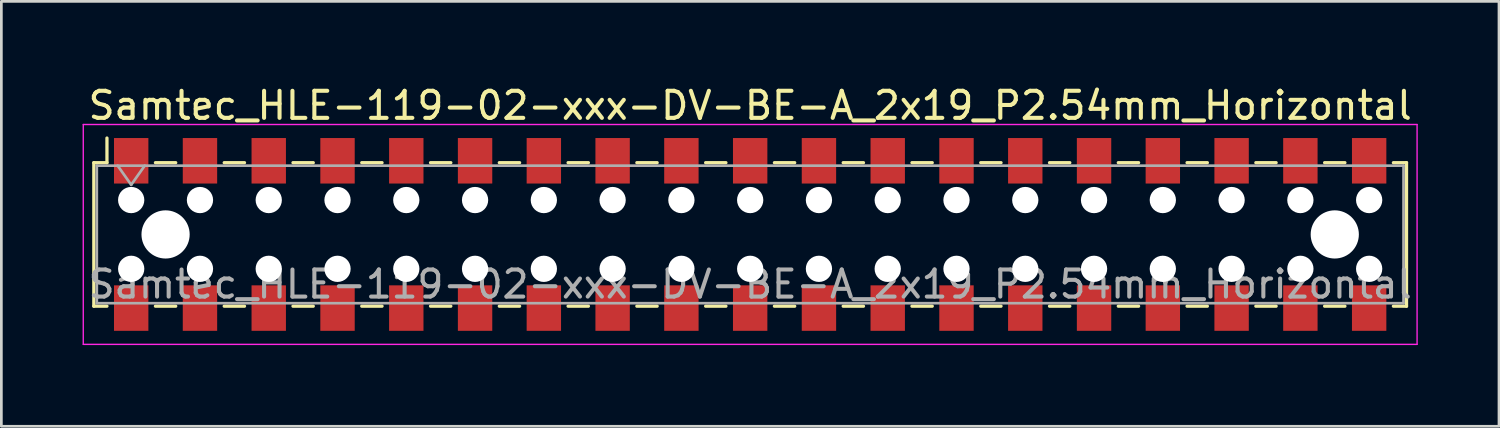
<source format=kicad_pcb>
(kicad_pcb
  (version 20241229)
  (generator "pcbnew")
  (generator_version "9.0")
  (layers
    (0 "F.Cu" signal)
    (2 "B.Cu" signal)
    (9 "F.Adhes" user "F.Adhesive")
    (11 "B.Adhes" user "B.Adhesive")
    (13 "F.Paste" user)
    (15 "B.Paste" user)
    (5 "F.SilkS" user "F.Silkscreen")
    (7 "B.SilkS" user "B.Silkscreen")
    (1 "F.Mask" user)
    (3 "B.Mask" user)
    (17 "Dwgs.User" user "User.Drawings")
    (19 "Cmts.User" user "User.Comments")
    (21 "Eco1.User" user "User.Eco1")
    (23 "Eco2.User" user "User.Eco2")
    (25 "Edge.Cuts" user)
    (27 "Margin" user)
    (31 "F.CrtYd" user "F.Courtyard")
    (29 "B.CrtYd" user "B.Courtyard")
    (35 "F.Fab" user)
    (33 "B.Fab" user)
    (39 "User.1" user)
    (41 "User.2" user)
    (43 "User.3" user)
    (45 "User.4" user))
  (footprint "Samtec_HLE-119-02-xxx-DV-BE-A_2x19_P2.54mm_Horizontal"
    (layer "F.Cu")
    (at 24.655 5.608)
    (property "Reference" "Samtec_HLE-119-02-xxx-DV-BE-A_2x19_P2.54mm_Horizontal" (at 0 -4.76 0) (layer "F.SilkS") (effects (font (size 1 1) (thickness 0.15))))
    (attr smd)
    (fp_line (start -24.24 -2.65) (end -24.24 2.65) (stroke (width 0.12) (type solid)) (layer "F.SilkS"))
    (fp_line (start -24.24 2.65) (end -23.755 2.65) (stroke (width 0.12) (type solid)) (layer "F.SilkS"))
    (fp_line (start -23.755 -3.56) (end -23.755 -2.65) (stroke (width 0.12) (type solid)) (layer "F.SilkS"))
    (fp_line (start -23.755 -2.65) (end -24.24 -2.65) (stroke (width 0.12) (type solid)) (layer "F.SilkS"))
    (fp_line (start -21.965 -2.65) (end -21.215 -2.65) (stroke (width 0.12) (type solid)) (layer "F.SilkS"))
    (fp_line (start -21.965 2.65) (end -21.215 2.65) (stroke (width 0.12) (type solid)) (layer "F.SilkS"))
    (fp_line (start -19.425 -2.65) (end -18.675 -2.65) (stroke (width 0.12) (type solid)) (layer "F.SilkS"))
    (fp_line (start -19.425 2.65) (end -18.675 2.65) (stroke (width 0.12) (type solid)) (layer "F.SilkS"))
    (fp_line (start -16.885 -2.65) (end -16.135 -2.65) (stroke (width 0.12) (type solid)) (layer "F.SilkS"))
    (fp_line (start -16.885 2.65) (end -16.135 2.65) (stroke (width 0.12) (type solid)) (layer "F.SilkS"))
    (fp_line (start -14.345 -2.65) (end -13.595 -2.65) (stroke (width 0.12) (type solid)) (layer "F.SilkS"))
    (fp_line (start -14.345 2.65) (end -13.595 2.65) (stroke (width 0.12) (type solid)) (layer "F.SilkS"))
    (fp_line (start -11.805 -2.65) (end -11.055 -2.65) (stroke (width 0.12) (type solid)) (layer "F.SilkS"))
    (fp_line (start -11.805 2.65) (end -11.055 2.65) (stroke (width 0.12) (type solid)) (layer "F.SilkS"))
    (fp_line (start -9.265 -2.65) (end -8.515 -2.65) (stroke (width 0.12) (type solid)) (layer "F.SilkS"))
    (fp_line (start -9.265 2.65) (end -8.515 2.65) (stroke (width 0.12) (type solid)) (layer "F.SilkS"))
    (fp_line (start -6.725 -2.65) (end -5.975 -2.65) (stroke (width 0.12) (type solid)) (layer "F.SilkS"))
    (fp_line (start -6.725 2.65) (end -5.975 2.65) (stroke (width 0.12) (type solid)) (layer "F.SilkS"))
    (fp_line (start -4.185 -2.65) (end -3.435 -2.65) (stroke (width 0.12) (type solid)) (layer "F.SilkS"))
    (fp_line (start -4.185 2.65) (end -3.435 2.65) (stroke (width 0.12) (type solid)) (layer "F.SilkS"))
    (fp_line (start -1.645 -2.65) (end -0.895 -2.65) (stroke (width 0.12) (type solid)) (layer "F.SilkS"))
    (fp_line (start -1.645 2.65) (end -0.895 2.65) (stroke (width 0.12) (type solid)) (layer "F.SilkS"))
    (fp_line (start 0.895 -2.65) (end 1.645 -2.65) (stroke (width 0.12) (type solid)) (layer "F.SilkS"))
    (fp_line (start 0.895 2.65) (end 1.645 2.65) (stroke (width 0.12) (type solid)) (layer "F.SilkS"))
    (fp_line (start 3.435 -2.65) (end 4.185 -2.65) (stroke (width 0.12) (type solid)) (layer "F.SilkS"))
    (fp_line (start 3.435 2.65) (end 4.185 2.65) (stroke (width 0.12) (type solid)) (layer "F.SilkS"))
    (fp_line (start 5.975 -2.65) (end 6.725 -2.65) (stroke (width 0.12) (type solid)) (layer "F.SilkS"))
    (fp_line (start 5.975 2.65) (end 6.725 2.65) (stroke (width 0.12) (type solid)) (layer "F.SilkS"))
    (fp_line (start 8.515 -2.65) (end 9.265 -2.65) (stroke (width 0.12) (type solid)) (layer "F.SilkS"))
    (fp_line (start 8.515 2.65) (end 9.265 2.65) (stroke (width 0.12) (type solid)) (layer "F.SilkS"))
    (fp_line (start 11.055 -2.65) (end 11.805 -2.65) (stroke (width 0.12) (type solid)) (layer "F.SilkS"))
    (fp_line (start 11.055 2.65) (end 11.805 2.65) (stroke (width 0.12) (type solid)) (layer "F.SilkS"))
    (fp_line (start 13.595 -2.65) (end 14.345 -2.65) (stroke (width 0.12) (type solid)) (layer "F.SilkS"))
    (fp_line (start 13.595 2.65) (end 14.345 2.65) (stroke (width 0.12) (type solid)) (layer "F.SilkS"))
    (fp_line (start 16.135 -2.65) (end 16.885 -2.65) (stroke (width 0.12) (type solid)) (layer "F.SilkS"))
    (fp_line (start 16.135 2.65) (end 16.885 2.65) (stroke (width 0.12) (type solid)) (layer "F.SilkS"))
    (fp_line (start 18.675 -2.65) (end 19.425 -2.65) (stroke (width 0.12) (type solid)) (layer "F.SilkS"))
    (fp_line (start 18.675 2.65) (end 19.425 2.65) (stroke (width 0.12) (type solid)) (layer "F.SilkS"))
    (fp_line (start 21.215 -2.65) (end 21.965 -2.65) (stroke (width 0.12) (type solid)) (layer "F.SilkS"))
    (fp_line (start 21.215 2.65) (end 21.965 2.65) (stroke (width 0.12) (type solid)) (layer "F.SilkS"))
    (fp_line (start 23.755 -2.65) (end 24.24 -2.65) (stroke (width 0.12) (type solid)) (layer "F.SilkS"))
    (fp_line (start 24.24 -2.65) (end 24.24 2.65) (stroke (width 0.12) (type solid)) (layer "F.SilkS"))
    (fp_line (start 24.24 2.65) (end 23.755 2.65) (stroke (width 0.12) (type solid)) (layer "F.SilkS"))
    (fp_line (start -24.63 -4.06) (end 24.63 -4.06) (stroke (width 0.05) (type solid)) (layer "F.CrtYd"))
    (fp_line (start -24.63 4.06) (end -24.63 -4.06) (stroke (width 0.05) (type solid)) (layer "F.CrtYd"))
    (fp_line (start 24.63 -4.06) (end 24.63 4.06) (stroke (width 0.05) (type solid)) (layer "F.CrtYd"))
    (fp_line (start 24.63 4.06) (end -24.63 4.06) (stroke (width 0.05) (type solid)) (layer "F.CrtYd"))
    (fp_line (start -24.13 -2.54) (end 24.13 -2.54) (stroke (width 0.1) (type solid)) (layer "F.Fab"))
    (fp_line (start -24.13 2.54) (end -24.13 -2.54) (stroke (width 0.1) (type solid)) (layer "F.Fab"))
    (fp_line (start -23.36 -2.54) (end -22.86 -1.833) (stroke (width 0.1) (type solid)) (layer "F.Fab"))
    (fp_line (start -22.86 -1.833) (end -22.36 -2.54) (stroke (width 0.1) (type solid)) (layer "F.Fab"))
    (fp_line (start 24.13 -2.54) (end 24.13 2.54) (stroke (width 0.1) (type solid)) (layer "F.Fab"))
    (fp_line (start 24.13 2.54) (end -24.13 2.54) (stroke (width 0.1) (type solid)) (layer "F.Fab"))
    (fp_text user "${REFERENCE}" (at 0 1.84 0) (layer "F.Fab") (effects (font (size 1 1) (thickness 0.15))))
    (pad "" np_thru_hole circle (at -22.86 -1.27) (size 0.97 0.97) (drill 0.97) (layers "*.Cu" "*.Mask"))
    (pad "" np_thru_hole circle (at -22.86 1.27) (size 0.97 0.97) (drill 0.97) (layers "*.Cu" "*.Mask"))
    (pad "" np_thru_hole circle (at -21.59 0) (size 1.78 1.78) (drill 1.78) (layers "*.Cu" "*.Mask"))
    (pad "" np_thru_hole circle (at -20.32 -1.27) (size 0.97 0.97) (drill 0.97) (layers "*.Cu" "*.Mask"))
    (pad "" np_thru_hole circle (at -20.32 1.27) (size 0.97 0.97) (drill 0.97) (layers "*.Cu" "*.Mask"))
    (pad "" np_thru_hole circle (at -17.78 -1.27) (size 0.97 0.97) (drill 0.97) (layers "*.Cu" "*.Mask"))
    (pad "" np_thru_hole circle (at -17.78 1.27) (size 0.97 0.97) (drill 0.97) (layers "*.Cu" "*.Mask"))
    (pad "" np_thru_hole circle (at -15.24 -1.27) (size 0.97 0.97) (drill 0.97) (layers "*.Cu" "*.Mask"))
    (pad "" np_thru_hole circle (at -15.24 1.27) (size 0.97 0.97) (drill 0.97) (layers "*.Cu" "*.Mask"))
    (pad "" np_thru_hole circle (at -12.7 -1.27) (size 0.97 0.97) (drill 0.97) (layers "*.Cu" "*.Mask"))
    (pad "" np_thru_hole circle (at -12.7 1.27) (size 0.97 0.97) (drill 0.97) (layers "*.Cu" "*.Mask"))
    (pad "" np_thru_hole circle (at -10.16 -1.27) (size 0.97 0.97) (drill 0.97) (layers "*.Cu" "*.Mask"))
    (pad "" np_thru_hole circle (at -10.16 1.27) (size 0.97 0.97) (drill 0.97) (layers "*.Cu" "*.Mask"))
    (pad "" np_thru_hole circle (at -7.62 -1.27) (size 0.97 0.97) (drill 0.97) (layers "*.Cu" "*.Mask"))
    (pad "" np_thru_hole circle (at -7.62 1.27) (size 0.97 0.97) (drill 0.97) (layers "*.Cu" "*.Mask"))
    (pad "" np_thru_hole circle (at -5.08 -1.27) (size 0.97 0.97) (drill 0.97) (layers "*.Cu" "*.Mask"))
    (pad "" np_thru_hole circle (at -5.08 1.27) (size 0.97 0.97) (drill 0.97) (layers "*.Cu" "*.Mask"))
    (pad "" np_thru_hole circle (at -2.54 -1.27) (size 0.97 0.97) (drill 0.97) (layers "*.Cu" "*.Mask"))
    (pad "" np_thru_hole circle (at -2.54 1.27) (size 0.97 0.97) (drill 0.97) (layers "*.Cu" "*.Mask"))
    (pad "" np_thru_hole circle (at 0 -1.27) (size 0.97 0.97) (drill 0.97) (layers "*.Cu" "*.Mask"))
    (pad "" np_thru_hole circle (at 0 1.27) (size 0.97 0.97) (drill 0.97) (layers "*.Cu" "*.Mask"))
    (pad "" np_thru_hole circle (at 2.54 -1.27) (size 0.97 0.97) (drill 0.97) (layers "*.Cu" "*.Mask"))
    (pad "" np_thru_hole circle (at 2.54 1.27) (size 0.97 0.97) (drill 0.97) (layers "*.Cu" "*.Mask"))
    (pad "" np_thru_hole circle (at 5.08 -1.27) (size 0.97 0.97) (drill 0.97) (layers "*.Cu" "*.Mask"))
    (pad "" np_thru_hole circle (at 5.08 1.27) (size 0.97 0.97) (drill 0.97) (layers "*.Cu" "*.Mask"))
    (pad "" np_thru_hole circle (at 7.62 -1.27) (size 0.97 0.97) (drill 0.97) (layers "*.Cu" "*.Mask"))
    (pad "" np_thru_hole circle (at 7.62 1.27) (size 0.97 0.97) (drill 0.97) (layers "*.Cu" "*.Mask"))
    (pad "" np_thru_hole circle (at 10.16 -1.27) (size 0.97 0.97) (drill 0.97) (layers "*.Cu" "*.Mask"))
    (pad "" np_thru_hole circle (at 10.16 1.27) (size 0.97 0.97) (drill 0.97) (layers "*.Cu" "*.Mask"))
    (pad "" np_thru_hole circle (at 12.7 -1.27) (size 0.97 0.97) (drill 0.97) (layers "*.Cu" "*.Mask"))
    (pad "" np_thru_hole circle (at 12.7 1.27) (size 0.97 0.97) (drill 0.97) (layers "*.Cu" "*.Mask"))
    (pad "" np_thru_hole circle (at 15.24 -1.27) (size 0.97 0.97) (drill 0.97) (layers "*.Cu" "*.Mask"))
    (pad "" np_thru_hole circle (at 15.24 1.27) (size 0.97 0.97) (drill 0.97) (layers "*.Cu" "*.Mask"))
    (pad "" np_thru_hole circle (at 17.78 -1.27) (size 0.97 0.97) (drill 0.97) (layers "*.Cu" "*.Mask"))
    (pad "" np_thru_hole circle (at 17.78 1.27) (size 0.97 0.97) (drill 0.97) (layers "*.Cu" "*.Mask"))
    (pad "" np_thru_hole circle (at 20.32 -1.27) (size 0.97 0.97) (drill 0.97) (layers "*.Cu" "*.Mask"))
    (pad "" np_thru_hole circle (at 20.32 1.27) (size 0.97 0.97) (drill 0.97) (layers "*.Cu" "*.Mask"))
    (pad "" np_thru_hole circle (at 21.59 0) (size 1.78 1.78) (drill 1.78) (layers "*.Cu" "*.Mask"))
    (pad "" np_thru_hole circle (at 22.86 -1.27) (size 0.97 0.97) (drill 0.97) (layers "*.Cu" "*.Mask"))
    (pad "" np_thru_hole circle (at 22.86 1.27) (size 0.97 0.97) (drill 0.97) (layers "*.Cu" "*.Mask"))
    (pad "1" smd rect (at -22.86 -2.72) (size 1.27 1.68) (layers "F.Cu" "F.Mask" "F.Paste"))
    (pad "2" smd rect (at -22.86 2.72) (size 1.27 1.68) (layers "F.Cu" "F.Mask" "F.Paste"))
    (pad "3" smd rect (at -20.32 -2.72) (size 1.27 1.68) (layers "F.Cu" "F.Mask" "F.Paste"))
    (pad "4" smd rect (at -20.32 2.72) (size 1.27 1.68) (layers "F.Cu" "F.Mask" "F.Paste"))
    (pad "5" smd rect (at -17.78 -2.72) (size 1.27 1.68) (layers "F.Cu" "F.Mask" "F.Paste"))
    (pad "6" smd rect (at -17.78 2.72) (size 1.27 1.68) (layers "F.Cu" "F.Mask" "F.Paste"))
    (pad "7" smd rect (at -15.24 -2.72) (size 1.27 1.68) (layers "F.Cu" "F.Mask" "F.Paste"))
    (pad "8" smd rect (at -15.24 2.72) (size 1.27 1.68) (layers "F.Cu" "F.Mask" "F.Paste"))
    (pad "9" smd rect (at -12.7 -2.72) (size 1.27 1.68) (layers "F.Cu" "F.Mask" "F.Paste"))
    (pad "10" smd rect (at -12.7 2.72) (size 1.27 1.68) (layers "F.Cu" "F.Mask" "F.Paste"))
    (pad "11" smd rect (at -10.16 -2.72) (size 1.27 1.68) (layers "F.Cu" "F.Mask" "F.Paste"))
    (pad "12" smd rect (at -10.16 2.72) (size 1.27 1.68) (layers "F.Cu" "F.Mask" "F.Paste"))
    (pad "13" smd rect (at -7.62 -2.72) (size 1.27 1.68) (layers "F.Cu" "F.Mask" "F.Paste"))
    (pad "14" smd rect (at -7.62 2.72) (size 1.27 1.68) (layers "F.Cu" "F.Mask" "F.Paste"))
    (pad "15" smd rect (at -5.08 -2.72) (size 1.27 1.68) (layers "F.Cu" "F.Mask" "F.Paste"))
    (pad "16" smd rect (at -5.08 2.72) (size 1.27 1.68) (layers "F.Cu" "F.Mask" "F.Paste"))
    (pad "17" smd rect (at -2.54 -2.72) (size 1.27 1.68) (layers "F.Cu" "F.Mask" "F.Paste"))
    (pad "18" smd rect (at -2.54 2.72) (size 1.27 1.68) (layers "F.Cu" "F.Mask" "F.Paste"))
    (pad "19" smd rect (at 0 -2.72) (size 1.27 1.68) (layers "F.Cu" "F.Mask" "F.Paste"))
    (pad "20" smd rect (at 0 2.72) (size 1.27 1.68) (layers "F.Cu" "F.Mask" "F.Paste"))
    (pad "21" smd rect (at 2.54 -2.72) (size 1.27 1.68) (layers "F.Cu" "F.Mask" "F.Paste"))
    (pad "22" smd rect (at 2.54 2.72) (size 1.27 1.68) (layers "F.Cu" "F.Mask" "F.Paste"))
    (pad "23" smd rect (at 5.08 -2.72) (size 1.27 1.68) (layers "F.Cu" "F.Mask" "F.Paste"))
    (pad "24" smd rect (at 5.08 2.72) (size 1.27 1.68) (layers "F.Cu" "F.Mask" "F.Paste"))
    (pad "25" smd rect (at 7.62 -2.72) (size 1.27 1.68) (layers "F.Cu" "F.Mask" "F.Paste"))
    (pad "26" smd rect (at 7.62 2.72) (size 1.27 1.68) (layers "F.Cu" "F.Mask" "F.Paste"))
    (pad "27" smd rect (at 10.16 -2.72) (size 1.27 1.68) (layers "F.Cu" "F.Mask" "F.Paste"))
    (pad "28" smd rect (at 10.16 2.72) (size 1.27 1.68) (layers "F.Cu" "F.Mask" "F.Paste"))
    (pad "29" smd rect (at 12.7 -2.72) (size 1.27 1.68) (layers "F.Cu" "F.Mask" "F.Paste"))
    (pad "30" smd rect (at 12.7 2.72) (size 1.27 1.68) (layers "F.Cu" "F.Mask" "F.Paste"))
    (pad "31" smd rect (at 15.24 -2.72) (size 1.27 1.68) (layers "F.Cu" "F.Mask" "F.Paste"))
    (pad "32" smd rect (at 15.24 2.72) (size 1.27 1.68) (layers "F.Cu" "F.Mask" "F.Paste"))
    (pad "33" smd rect (at 17.78 -2.72) (size 1.27 1.68) (layers "F.Cu" "F.Mask" "F.Paste"))
    (pad "34" smd rect (at 17.78 2.72) (size 1.27 1.68) (layers "F.Cu" "F.Mask" "F.Paste"))
    (pad "35" smd rect (at 20.32 -2.72) (size 1.27 1.68) (layers "F.Cu" "F.Mask" "F.Paste"))
    (pad "36" smd rect (at 20.32 2.72) (size 1.27 1.68) (layers "F.Cu" "F.Mask" "F.Paste"))
    (pad "37" smd rect (at 22.86 -2.72) (size 1.27 1.68) (layers "F.Cu" "F.Mask" "F.Paste"))
    (pad "38" smd rect (at 22.86 2.72) (size 1.27 1.68) (layers "F.Cu" "F.Mask" "F.Paste")))
  (gr_rect
    (start -3 -3)
    (end 52.31 12.693)
    (stroke (width 0.1) (type default))
    (fill no)
    (layer "Edge.Cuts")))
</source>
